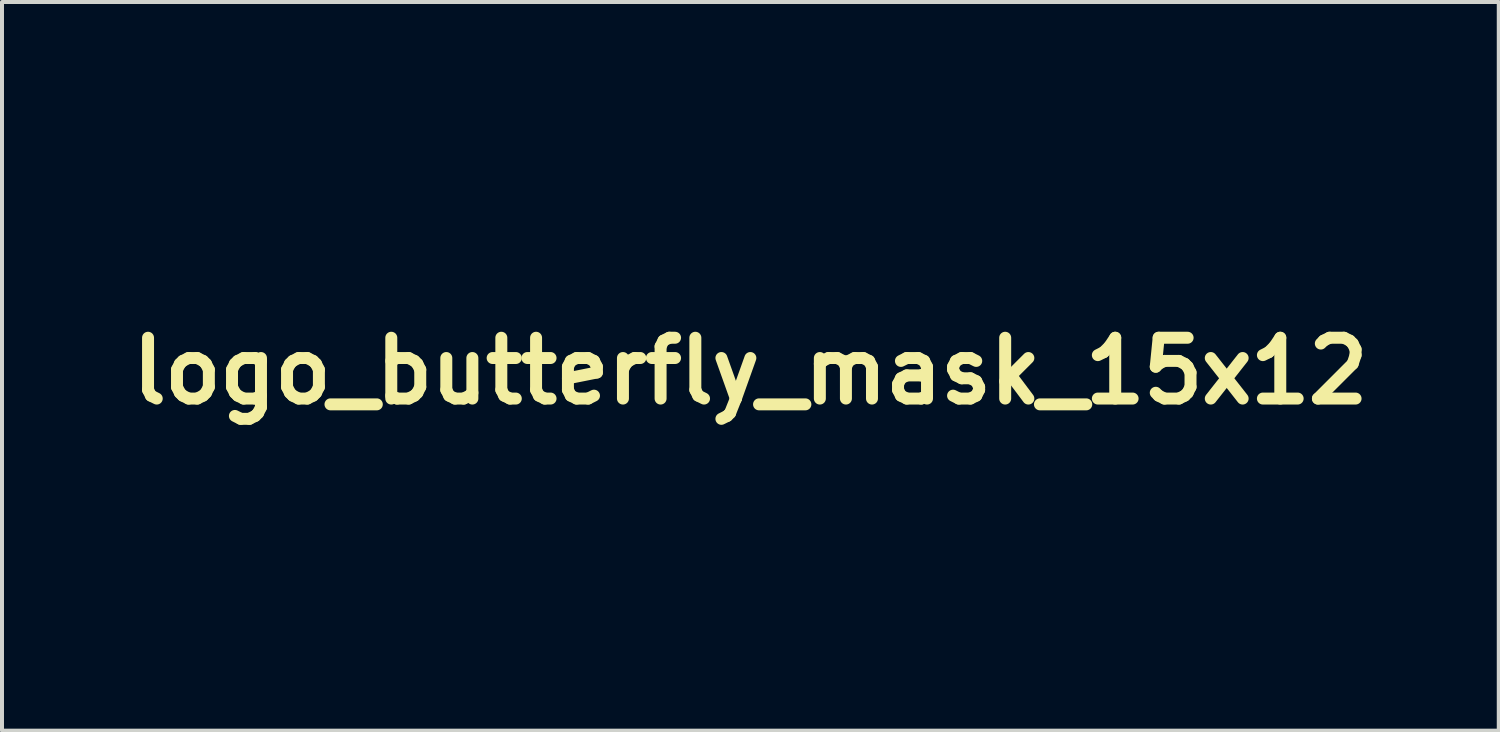
<source format=kicad_pcb>
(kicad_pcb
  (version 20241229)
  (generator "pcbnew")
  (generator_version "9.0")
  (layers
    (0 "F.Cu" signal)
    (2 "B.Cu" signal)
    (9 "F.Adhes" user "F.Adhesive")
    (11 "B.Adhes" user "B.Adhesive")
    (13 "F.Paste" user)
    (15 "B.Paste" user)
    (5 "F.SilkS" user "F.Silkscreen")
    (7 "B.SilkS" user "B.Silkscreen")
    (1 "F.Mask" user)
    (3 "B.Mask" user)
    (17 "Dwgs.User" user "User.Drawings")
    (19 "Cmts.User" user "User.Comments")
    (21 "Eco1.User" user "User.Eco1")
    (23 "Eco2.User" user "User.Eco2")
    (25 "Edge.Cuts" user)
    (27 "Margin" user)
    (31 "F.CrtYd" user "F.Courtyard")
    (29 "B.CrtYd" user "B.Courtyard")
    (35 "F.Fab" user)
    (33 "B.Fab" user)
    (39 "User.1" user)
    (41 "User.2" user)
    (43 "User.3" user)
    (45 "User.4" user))
  (footprint "logo_butterfly_mask_15x12"
    (layer "F.Cu")
    (at 15.755 6.249)
    (property "Reference" "logo_butterfly_mask_15x12" (at 0 0 0) (layer "F.SilkS") (effects (font (size 1.524 1.524) (thickness 0.3))))
    (attr through_hole)
    (fp_poly (pts (xy -2.469 0.706) (xy -2.429 0.719) (xy -2.4 0.736) (xy -2.38 0.76) (xy -2.377 0.787) (xy -2.391 0.811) (xy -2.413 0.828) (xy -2.451 0.839) (xy -2.497 0.843) (xy -2.543 0.838) (xy -2.566 0.831) (xy -2.596 0.815) (xy -2.619 0.794) (xy -2.633 0.77) (xy -2.634 0.754) (xy -2.619 0.73) (xy -2.591 0.713) (xy -2.554 0.703) (xy -2.512 0.701) (xy -2.469 0.706)) (stroke (width 0.01) (type solid)) (fill yes) (layer "F.Mask"))
    (fp_poly (pts (xy 3.472 2.614) (xy 3.496 2.627) (xy 3.509 2.649) (xy 3.511 2.662) (xy 3.503 2.69) (xy 3.481 2.717) (xy 3.45 2.74) (xy 3.413 2.759) (xy 3.374 2.772) (xy 3.337 2.776) (xy 3.306 2.771) (xy 3.29 2.759) (xy 3.276 2.734) (xy 3.28 2.705) (xy 3.299 2.676) (xy 3.329 2.648) (xy 3.365 2.627) (xy 3.403 2.615) (xy 3.44 2.61) (xy 3.472 2.614)) (stroke (width 0.01) (type solid)) (fill yes) (layer "F.Mask"))
    (fp_poly (pts (xy 3.779 -2.048) (xy 3.8 -2.033) (xy 3.806 -2.022) (xy 3.806 -1.993) (xy 3.792 -1.964) (xy 3.767 -1.937) (xy 3.734 -1.914) (xy 3.697 -1.897) (xy 3.658 -1.888) (xy 3.623 -1.889) (xy 3.594 -1.901) (xy 3.577 -1.922) (xy 3.577 -1.948) (xy 3.594 -1.98) (xy 3.607 -1.996) (xy 3.638 -2.022) (xy 3.675 -2.041) (xy 3.713 -2.052) (xy 3.749 -2.055) (xy 3.779 -2.048)) (stroke (width 0.01) (type solid)) (fill yes) (layer "F.Mask"))
    (fp_poly (pts (xy 4.901 -5.312) (xy 4.924 -5.302) (xy 4.941 -5.282) (xy 4.943 -5.258) (xy 4.932 -5.233) (xy 4.911 -5.208) (xy 4.883 -5.185) (xy 4.849 -5.167) (xy 4.812 -5.155) (xy 4.775 -5.151) (xy 4.747 -5.154) (xy 4.721 -5.168) (xy 4.711 -5.191) (xy 4.716 -5.222) (xy 4.721 -5.233) (xy 4.745 -5.265) (xy 4.78 -5.29) (xy 4.821 -5.308) (xy 4.863 -5.316) (xy 4.901 -5.312)) (stroke (width 0.01) (type solid)) (fill yes) (layer "F.Mask"))
    (fp_poly (pts (xy 5.113 -4.276) (xy 5.14 -4.266) (xy 5.157 -4.245) (xy 5.158 -4.239) (xy 5.157 -4.21) (xy 5.141 -4.182) (xy 5.114 -4.156) (xy 5.08 -4.134) (xy 5.042 -4.118) (xy 5.004 -4.11) (xy 4.969 -4.112) (xy 4.946 -4.123) (xy 4.928 -4.144) (xy 4.928 -4.17) (xy 4.945 -4.2) (xy 4.965 -4.223) (xy 5.001 -4.25) (xy 5.04 -4.268) (xy 5.078 -4.277) (xy 5.113 -4.276)) (stroke (width 0.01) (type solid)) (fill yes) (layer "F.Mask"))
    (fp_poly (pts (xy 5.74 0.414) (xy 5.764 0.428) (xy 5.777 0.452) (xy 5.779 0.464) (xy 5.77 0.494) (xy 5.748 0.522) (xy 5.715 0.546) (xy 5.676 0.565) (xy 5.635 0.576) (xy 5.596 0.577) (xy 5.573 0.572) (xy 5.552 0.555) (xy 5.546 0.532) (xy 5.553 0.504) (xy 5.574 0.473) (xy 5.592 0.456) (xy 5.631 0.43) (xy 5.671 0.415) (xy 5.708 0.409) (xy 5.74 0.414)) (stroke (width 0.01) (type solid)) (fill yes) (layer "F.Mask"))
    (fp_poly (pts (xy 5.875 2.007) (xy 5.902 2.018) (xy 5.919 2.037) (xy 5.924 2.058) (xy 5.915 2.087) (xy 5.893 2.115) (xy 5.86 2.14) (xy 5.822 2.159) (xy 5.781 2.17) (xy 5.743 2.172) (xy 5.722 2.167) (xy 5.699 2.151) (xy 5.691 2.127) (xy 5.698 2.099) (xy 5.72 2.068) (xy 5.73 2.057) (xy 5.765 2.031) (xy 5.803 2.014) (xy 5.841 2.006) (xy 5.875 2.007)) (stroke (width 0.01) (type solid)) (fill yes) (layer "F.Mask"))
    (fp_poly (pts (xy 6.156 1.167) (xy 6.181 1.181) (xy 6.192 1.203) (xy 6.189 1.228) (xy 6.172 1.256) (xy 6.143 1.283) (xy 6.113 1.301) (xy 6.076 1.315) (xy 6.037 1.323) (xy 6.003 1.324) (xy 5.977 1.318) (xy 5.971 1.314) (xy 5.96 1.291) (xy 5.962 1.262) (xy 5.977 1.233) (xy 5.989 1.218) (xy 6.035 1.183) (xy 6.082 1.165) (xy 6.118 1.161) (xy 6.156 1.167)) (stroke (width 0.01) (type solid)) (fill yes) (layer "F.Mask"))
    (fp_poly (pts (xy -3.974 0.73) (xy -3.935 0.742) (xy -3.904 0.76) (xy -3.883 0.781) (xy -3.876 0.804) (xy -3.882 0.827) (xy -3.904 0.848) (xy -3.931 0.859) (xy -3.969 0.865) (xy -4.009 0.866) (xy -4.037 0.863) (xy -4.075 0.851) (xy -4.107 0.834) (xy -4.128 0.816) (xy -4.132 0.807) (xy -4.134 0.777) (xy -4.12 0.753) (xy -4.091 0.736) (xy -4.049 0.727) (xy -4.021 0.726) (xy -3.974 0.73)) (stroke (width 0.01) (type solid)) (fill yes) (layer "F.Mask"))
    (fp_poly (pts (xy -0.66 3.757) (xy -0.621 3.768) (xy -0.588 3.784) (xy -0.563 3.805) (xy -0.551 3.831) (xy -0.551 3.849) (xy -0.564 3.867) (xy -0.59 3.882) (xy -0.626 3.892) (xy -0.667 3.896) (xy -0.71 3.892) (xy -0.715 3.891) (xy -0.757 3.878) (xy -0.787 3.859) (xy -0.804 3.836) (xy -0.808 3.811) (xy -0.796 3.788) (xy -0.778 3.774) (xy -0.742 3.759) (xy -0.702 3.754) (xy -0.66 3.757)) (stroke (width 0.01) (type solid)) (fill yes) (layer "F.Mask"))
    (fp_poly (pts (xy 0.968 3.458) (xy 1.008 3.476) (xy 1.036 3.502) (xy 1.039 3.505) (xy 1.047 3.53) (xy 1.04 3.552) (xy 1.02 3.57) (xy 0.991 3.583) (xy 0.954 3.591) (xy 0.913 3.591) (xy 0.87 3.583) (xy 0.859 3.579) (xy 0.821 3.56) (xy 0.797 3.538) (xy 0.789 3.513) (xy 0.797 3.488) (xy 0.804 3.479) (xy 0.836 3.459) (xy 0.877 3.449) (xy 0.923 3.449) (xy 0.968 3.458)) (stroke (width 0.01) (type solid)) (fill yes) (layer "F.Mask"))
    (fp_poly (pts (xy 4.105 -3.146) (xy 4.127 -3.133) (xy 4.136 -3.11) (xy 4.137 -3.103) (xy 4.128 -3.07) (xy 4.103 -3.039) (xy 4.063 -3.012) (xy 4.051 -3.006) (xy 4.004 -2.989) (xy 3.962 -2.985) (xy 3.93 -2.994) (xy 3.919 -3.003) (xy 3.905 -3.021) (xy 3.903 -3.04) (xy 3.913 -3.063) (xy 3.921 -3.076) (xy 3.951 -3.106) (xy 3.992 -3.131) (xy 4.038 -3.147) (xy 4.067 -3.15) (xy 4.105 -3.146)) (stroke (width 0.01) (type solid)) (fill yes) (layer "F.Mask"))
    (fp_poly (pts (xy 4.794 2.598) (xy 4.799 2.602) (xy 4.813 2.622) (xy 4.813 2.647) (xy 4.8 2.673) (xy 4.777 2.698) (xy 4.748 2.721) (xy 4.713 2.739) (xy 4.676 2.751) (xy 4.639 2.753) (xy 4.622 2.751) (xy 4.595 2.739) (xy 4.582 2.717) (xy 4.581 2.703) (xy 4.589 2.671) (xy 4.612 2.642) (xy 4.644 2.617) (xy 4.683 2.598) (xy 4.723 2.587) (xy 4.761 2.587) (xy 4.794 2.598)) (stroke (width 0.01) (type solid)) (fill yes) (layer "F.Mask"))
    (fp_poly (pts (xy -6.18 -1.62) (xy -6.138 -1.609) (xy -6.103 -1.591) (xy -6.081 -1.568) (xy -6.079 -1.564) (xy -6.075 -1.535) (xy -6.087 -1.51) (xy -6.104 -1.498) (xy -6.13 -1.489) (xy -6.167 -1.484) (xy -6.206 -1.484) (xy -6.241 -1.487) (xy -6.244 -1.488) (xy -6.286 -1.503) (xy -6.315 -1.524) (xy -6.33 -1.548) (xy -6.331 -1.572) (xy -6.316 -1.595) (xy -6.302 -1.606) (xy -6.267 -1.62) (xy -6.224 -1.624) (xy -6.18 -1.62)) (stroke (width 0.01) (type solid)) (fill yes) (layer "F.Mask"))
    (fp_poly (pts (xy -4.959 -1.001) (xy -4.945 -0.998) (xy -4.903 -0.983) (xy -4.874 -0.962) (xy -4.857 -0.938) (xy -4.855 -0.912) (xy -4.868 -0.887) (xy -4.872 -0.884) (xy -4.896 -0.872) (xy -4.932 -0.865) (xy -4.974 -0.863) (xy -5.015 -0.867) (xy -5.052 -0.876) (xy -5.059 -0.879) (xy -5.093 -0.9) (xy -5.111 -0.924) (xy -5.11 -0.95) (xy -5.107 -0.957) (xy -5.085 -0.981) (xy -5.05 -0.997) (xy -5.007 -1.004) (xy -4.959 -1.001)) (stroke (width 0.01) (type solid)) (fill yes) (layer "F.Mask"))
    (fp_poly (pts (xy -1.514 2.908) (xy -1.464 2.921) (xy -1.44 2.933) (xy -1.411 2.956) (xy -1.398 2.981) (xy -1.402 3.007) (xy -1.423 3.03) (xy -1.434 3.037) (xy -1.464 3.045) (xy -1.504 3.048) (xy -1.547 3.045) (xy -1.587 3.036) (xy -1.603 3.03) (xy -1.63 3.014) (xy -1.65 2.995) (xy -1.652 2.989) (xy -1.658 2.971) (xy -1.653 2.956) (xy -1.642 2.943) (xy -1.607 2.919) (xy -1.563 2.908) (xy -1.514 2.908)) (stroke (width 0.01) (type solid)) (fill yes) (layer "F.Mask"))
    (fp_poly (pts (xy 1.003 3.99) (xy 1.043 3.999) (xy 1.077 4.013) (xy 1.103 4.034) (xy 1.115 4.06) (xy 1.116 4.068) (xy 1.107 4.093) (xy 1.085 4.112) (xy 1.05 4.125) (xy 1.007 4.13) (xy 0.966 4.127) (xy 0.925 4.117) (xy 0.89 4.1) (xy 0.866 4.079) (xy 0.861 4.072) (xy 0.856 4.054) (xy 0.865 4.034) (xy 0.866 4.031) (xy 0.89 4.009) (xy 0.923 3.995) (xy 0.962 3.989) (xy 1.003 3.99)) (stroke (width 0.01) (type solid)) (fill yes) (layer "F.Mask"))
    (fp_poly (pts (xy 5.32 -3.305) (xy 5.343 -3.287) (xy 5.352 -3.258) (xy 5.352 -3.255) (xy 5.344 -3.228) (xy 5.321 -3.201) (xy 5.289 -3.177) (xy 5.251 -3.158) (xy 5.21 -3.146) (xy 5.172 -3.144) (xy 5.165 -3.145) (xy 5.143 -3.155) (xy 5.13 -3.165) (xy 5.12 -3.188) (xy 5.124 -3.214) (xy 5.141 -3.241) (xy 5.167 -3.267) (xy 5.201 -3.289) (xy 5.239 -3.304) (xy 5.28 -3.311) (xy 5.285 -3.311) (xy 5.32 -3.305)) (stroke (width 0.01) (type solid)) (fill yes) (layer "F.Mask"))
    (fp_poly (pts (xy 5.448 -2.286) (xy 5.461 -2.277) (xy 5.475 -2.259) (xy 5.477 -2.241) (xy 5.467 -2.217) (xy 5.462 -2.208) (xy 5.44 -2.184) (xy 5.408 -2.162) (xy 5.37 -2.145) (xy 5.33 -2.134) (xy 5.294 -2.131) (xy 5.266 -2.135) (xy 5.254 -2.143) (xy 5.244 -2.165) (xy 5.247 -2.193) (xy 5.261 -2.223) (xy 5.268 -2.232) (xy 5.299 -2.26) (xy 5.338 -2.281) (xy 5.378 -2.293) (xy 5.416 -2.295) (xy 5.448 -2.286)) (stroke (width 0.01) (type solid)) (fill yes) (layer "F.Mask"))
    (fp_poly (pts (xy 0.482 4.345) (xy 0.517 4.357) (xy 0.546 4.374) (xy 0.567 4.395) (xy 0.577 4.417) (xy 0.574 4.44) (xy 0.557 4.46) (xy 0.544 4.468) (xy 0.517 4.476) (xy 0.48 4.48) (xy 0.438 4.48) (xy 0.4 4.475) (xy 0.387 4.472) (xy 0.357 4.458) (xy 0.333 4.436) (xy 0.319 4.413) (xy 0.318 4.404) (xy 0.326 4.379) (xy 0.352 4.359) (xy 0.394 4.345) (xy 0.4 4.344) (xy 0.442 4.34) (xy 0.482 4.345)) (stroke (width 0.01) (type solid)) (fill yes) (layer "F.Mask"))
    (fp_poly (pts (xy 4.3 -4.079) (xy 4.324 -4.068) (xy 4.335 -4.049) (xy 4.336 -4.034) (xy 4.328 -4.002) (xy 4.305 -3.973) (xy 4.271 -3.947) (xy 4.229 -3.929) (xy 4.183 -3.919) (xy 4.169 -3.919) (xy 4.141 -3.921) (xy 4.124 -3.929) (xy 4.113 -3.941) (xy 4.105 -3.957) (xy 4.105 -3.971) (xy 4.113 -3.992) (xy 4.115 -3.996) (xy 4.138 -4.027) (xy 4.173 -4.054) (xy 4.215 -4.073) (xy 4.256 -4.082) (xy 4.262 -4.082) (xy 4.3 -4.079)) (stroke (width 0.01) (type solid)) (fill yes) (layer "F.Mask"))
    (fp_poly (pts (xy -5.622 -0.964) (xy -5.581 -0.952) (xy -5.56 -0.94) (xy -5.532 -0.916) (xy -5.522 -0.891) (xy -5.53 -0.866) (xy -5.537 -0.855) (xy -5.551 -0.842) (xy -5.567 -0.834) (xy -5.59 -0.83) (xy -5.621 -0.828) (xy -5.657 -0.828) (xy -5.689 -0.831) (xy -5.709 -0.834) (xy -5.74 -0.85) (xy -5.764 -0.871) (xy -5.777 -0.895) (xy -5.779 -0.904) (xy -5.77 -0.925) (xy -5.749 -0.946) (xy -5.72 -0.962) (xy -5.705 -0.966) (xy -5.666 -0.969) (xy -5.622 -0.964)) (stroke (width 0.01) (type solid)) (fill yes) (layer "F.Mask"))
    (fp_poly (pts (xy -3.872 -0.165) (xy -3.871 -0.164) (xy -3.827 -0.15) (xy -3.795 -0.129) (xy -3.776 -0.106) (xy -3.773 -0.08) (xy -3.787 -0.055) (xy -3.793 -0.049) (xy -3.813 -0.039) (xy -3.846 -0.032) (xy -3.885 -0.029) (xy -3.923 -0.03) (xy -3.956 -0.036) (xy -3.96 -0.037) (xy -3.997 -0.054) (xy -4.021 -0.079) (xy -4.027 -0.089) (xy -4.032 -0.104) (xy -4.028 -0.117) (xy -4.012 -0.135) (xy -4.011 -0.136) (xy -3.974 -0.161) (xy -3.927 -0.17) (xy -3.872 -0.165)) (stroke (width 0.01) (type solid)) (fill yes) (layer "F.Mask"))
    (fp_poly (pts (xy -4.71 -0.174) (xy -4.674 -0.163) (xy -4.645 -0.145) (xy -4.625 -0.123) (xy -4.619 -0.097) (xy -4.621 -0.088) (xy -4.632 -0.068) (xy -4.646 -0.056) (xy -4.671 -0.047) (xy -4.707 -0.041) (xy -4.747 -0.04) (xy -4.784 -0.043) (xy -4.8 -0.046) (xy -4.829 -0.06) (xy -4.856 -0.08) (xy -4.858 -0.082) (xy -4.874 -0.101) (xy -4.878 -0.115) (xy -4.873 -0.132) (xy -4.873 -0.132) (xy -4.854 -0.156) (xy -4.825 -0.172) (xy -4.789 -0.179) (xy -4.749 -0.18) (xy -4.71 -0.174)) (stroke (width 0.01) (type solid)) (fill yes) (layer "F.Mask"))
    (fp_poly (pts (xy -7.44 -2.482) (xy -7.4 -2.478) (xy -7.275 -2.461) (xy -7.14 -2.435) (xy -6.998 -2.403) (xy -6.855 -2.365) (xy -6.716 -2.322) (xy -6.586 -2.277) (xy -6.491 -2.239) (xy -6.399 -2.2) (xy -6.292 -2.153) (xy -6.171 -2.101) (xy -6.038 -2.042) (xy -5.895 -1.978) (xy -5.742 -1.91) (xy -5.581 -1.837) (xy -5.414 -1.761) (xy -5.241 -1.683) (xy -5.221 -1.674) (xy -5.12 -1.628) (xy -5.012 -1.579) (xy -4.902 -1.528) (xy -4.791 -1.478) (xy -4.684 -1.43) (xy -4.584 -1.384) (xy -4.493 -1.343) (xy -4.415 -1.308) (xy -4.411 -1.306) (xy -4.074 -1.154) (xy -3.758 -0.943) (xy -3.667 -0.882) (xy -3.573 -0.819) (xy -3.476 -0.753) (xy -3.373 -0.683) (xy -3.264 -0.61) (xy -3.148 -0.532) (xy -3.025 -0.448) (xy -2.893 -0.358) (xy -2.751 -0.262) (xy -2.598 -0.158) (xy -2.434 -0.046) (xy -2.257 0.075) (xy -2.067 0.205) (xy -1.982 0.263) (xy -1.795 0.391) (xy -1.617 0.512) (xy -1.448 0.628) (xy -1.288 0.736) (xy -1.139 0.838) (xy -1 0.932) (xy -0.873 1.019) (xy -0.758 1.097) (xy -0.655 1.167) (xy -0.565 1.228) (xy -0.488 1.28) (xy -0.426 1.321) (xy -0.395 1.342) (xy -0.35 1.373) (xy -0.307 1.401) (xy -0.271 1.426) (xy -0.245 1.445) (xy -0.235 1.452) (xy -0.218 1.465) (xy -0.189 1.485) (xy -0.149 1.511) (xy -0.102 1.542) (xy -0.05 1.576) (xy -0.018 1.597) (xy 0.057 1.645) (xy 0.118 1.686) (xy 0.169 1.721) (xy 0.212 1.752) (xy 0.249 1.78) (xy 0.282 1.808) (xy 0.314 1.837) (xy 0.343 1.864) (xy 0.378 1.899) (xy 0.412 1.937) (xy 0.444 1.975) (xy 0.47 2.01) (xy 0.489 2.038) (xy 0.498 2.058) (xy 0.499 2.061) (xy 0.492 2.079) (xy 0.486 2.085) (xy 0.472 2.09) (xy 0.441 2.094) (xy 0.396 2.098) (xy 0.337 2.101) (xy 0.266 2.104) (xy 0.185 2.106) (xy 0.096 2.109) (xy -0.001 2.11) (xy -0.102 2.111) (xy -0.208 2.112) (xy -0.315 2.112) (xy -0.423 2.112) (xy -0.53 2.111) (xy -0.633 2.109) (xy -0.733 2.107) (xy -0.827 2.104) (xy -0.839 2.104) (xy -0.975 2.098) (xy -1.127 2.091) (xy -1.292 2.083) (xy -1.467 2.073) (xy -1.651 2.063) (xy -1.839 2.051) (xy -2.031 2.038) (xy -2.223 2.025) (xy -2.413 2.011) (xy -2.499 2.005) (xy -2.548 2.001) (xy -2.609 1.998) (xy -2.677 1.993) (xy -2.746 1.99) (xy -2.799 1.987) (xy -2.895 1.982) (xy -2.975 1.976) (xy -3.044 1.97) (xy -3.103 1.962) (xy -3.154 1.953) (xy -3.202 1.94) (xy -3.249 1.924) (xy -3.298 1.905) (xy -3.351 1.88) (xy -3.411 1.85) (xy -3.414 1.849) (xy -3.536 1.785) (xy -3.646 1.721) (xy -3.748 1.655) (xy -3.847 1.581) (xy -3.949 1.498) (xy -4.007 1.448) (xy -4.076 1.385) (xy -4.155 1.309) (xy -4.24 1.224) (xy -4.329 1.133) (xy -4.419 1.037) (xy -4.508 0.94) (xy -4.594 0.843) (xy -4.645 0.785) (xy -4.753 0.66) (xy -4.87 0.528) (xy -4.997 0.387) (xy -5.102 0.272) (xy -5.154 0.216) (xy -5.218 0.149) (xy -5.293 0.072) (xy -5.377 -0.015) (xy -5.47 -0.109) (xy -5.57 -0.209) (xy -5.676 -0.315) (xy -5.786 -0.425) (xy -5.9 -0.539) (xy -6.016 -0.653) (xy -6.134 -0.769) (xy -6.251 -0.884) (xy -6.368 -0.997) (xy -6.481 -1.107) (xy -6.592 -1.214) (xy -6.681 -1.299) (xy -6.804 -1.416) (xy -6.914 -1.521) (xy -6.963 -1.568) (xy -6.486 -1.568) (xy -6.478 -1.534) (xy -6.454 -1.5) (xy -6.417 -1.468) (xy -6.37 -1.441) (xy -6.315 -1.419) (xy -6.286 -1.411) (xy -6.199 -1.398) (xy -6.114 -1.402) (xy -6.059 -1.412) (xy -5.997 -1.427) (xy -5.62 -1.224) (xy -5.532 -1.176) (xy -5.458 -1.137) (xy -5.398 -1.104) (xy -5.351 -1.077) (xy -5.314 -1.056) (xy -5.287 -1.04) (xy -5.268 -1.027) (xy -5.256 -1.018) (xy -5.25 -1.011) (xy -5.248 -1.005) (xy -5.248 -1.003) (xy -5.255 -0.979) (xy -5.259 -0.96) (xy -5.263 -0.947) (xy -5.272 -0.939) (xy -5.29 -0.935) (xy -5.318 -0.932) (xy -5.349 -0.929) (xy -5.369 -0.931) (xy -5.386 -0.939) (xy -5.407 -0.956) (xy -5.418 -0.966) (xy -5.469 -1.004) (xy -5.528 -1.029) (xy -5.597 -1.043) (xy -5.674 -1.048) (xy -5.741 -1.046) (xy -5.793 -1.038) (xy -5.835 -1.025) (xy -5.871 -1.004) (xy -5.893 -0.984) (xy -5.917 -0.959) (xy -5.929 -0.938) (xy -5.933 -0.917) (xy -5.933 -0.916) (xy -5.924 -0.877) (xy -5.899 -0.839) (xy -5.858 -0.806) (xy -5.804 -0.777) (xy -5.762 -0.762) (xy -5.708 -0.75) (xy -5.645 -0.744) (xy -5.581 -0.745) (xy -5.523 -0.751) (xy -5.488 -0.759) (xy -5.456 -0.773) (xy -5.424 -0.794) (xy -5.396 -0.816) (xy -5.377 -0.838) (xy -5.37 -0.855) (xy -5.366 -0.863) (xy -5.35 -0.869) (xy -5.32 -0.874) (xy -5.308 -0.875) (xy -5.275 -0.878) (xy -5.252 -0.877) (xy -5.235 -0.871) (xy -5.215 -0.858) (xy -5.203 -0.849) (xy -5.147 -0.816) (xy -5.078 -0.793) (xy -4.999 -0.779) (xy -4.96 -0.776) (xy -4.881 -0.773) (xy -4.511 -0.499) (xy -4.439 -0.445) (xy -4.371 -0.394) (xy -4.309 -0.348) (xy -4.254 -0.307) (xy -4.207 -0.273) (xy -4.171 -0.245) (xy -4.146 -0.227) (xy -4.134 -0.217) (xy -4.133 -0.217) (xy -4.133 -0.206) (xy -4.145 -0.189) (xy -4.149 -0.184) (xy -4.167 -0.161) (xy -4.178 -0.137) (xy -4.179 -0.135) (xy -4.183 -0.121) (xy -4.19 -0.114) (xy -4.204 -0.112) (xy -4.232 -0.113) (xy -4.24 -0.114) (xy -4.276 -0.116) (xy -4.321 -0.119) (xy -4.368 -0.122) (xy -4.379 -0.122) (xy -4.462 -0.127) (xy -4.506 -0.17) (xy -4.546 -0.205) (xy -4.59 -0.23) (xy -4.641 -0.247) (xy -4.702 -0.256) (xy -4.776 -0.259) (xy -4.825 -0.258) (xy -4.86 -0.256) (xy -4.887 -0.253) (xy -4.909 -0.246) (xy -4.933 -0.237) (xy -4.933 -0.237) (xy -4.98 -0.209) (xy -5.011 -0.175) (xy -5.025 -0.138) (xy -5.022 -0.1) (xy -5.002 -0.061) (xy -4.964 -0.024) (xy -4.962 -0.022) (xy -4.907 0.008) (xy -4.842 0.03) (xy -4.769 0.042) (xy -4.695 0.045) (xy -4.624 0.037) (xy -4.593 0.029) (xy -4.555 0.014) (xy -4.52 -0.005) (xy -4.492 -0.026) (xy -4.475 -0.046) (xy -4.472 -0.057) (xy -4.464 -0.061) (xy -4.439 -0.062) (xy -4.396 -0.063) (xy -4.336 -0.061) (xy -4.322 -0.06) (xy -4.267 -0.058) (xy -4.226 -0.056) (xy -4.198 -0.053) (xy -4.178 -0.05) (xy -4.163 -0.045) (xy -4.151 -0.037) (xy -4.138 -0.028) (xy -4.079 0.009) (xy -4.009 0.036) (xy -3.932 0.053) (xy -3.854 0.058) (xy -3.779 0.05) (xy -3.728 0.036) (xy -3.696 0.025) (xy -3.334 0.272) (xy -3.257 0.325) (xy -3.18 0.377) (xy -3.107 0.427) (xy -3.038 0.474) (xy -2.977 0.516) (xy -2.925 0.551) (xy -2.883 0.58) (xy -2.86 0.596) (xy -2.749 0.672) (xy -2.767 0.701) (xy -2.779 0.725) (xy -2.785 0.744) (xy -2.785 0.746) (xy -2.786 0.75) (xy -2.789 0.753) (xy -2.797 0.755) (xy -2.81 0.757) (xy -2.831 0.759) (xy -2.859 0.76) (xy -2.898 0.761) (xy -2.948 0.761) (xy -3.011 0.762) (xy -3.088 0.762) (xy -3.18 0.762) (xy -3.258 0.762) (xy -3.73 0.762) (xy -3.771 0.726) (xy -3.827 0.688) (xy -3.893 0.661) (xy -3.966 0.644) (xy -4.042 0.639) (xy -4.117 0.646) (xy -4.185 0.665) (xy -4.21 0.676) (xy -4.252 0.704) (xy -4.277 0.736) (xy -4.287 0.771) (xy -4.282 0.807) (xy -4.263 0.842) (xy -4.231 0.874) (xy -4.187 0.903) (xy -4.132 0.927) (xy -4.069 0.943) (xy -4.002 0.95) (xy -3.937 0.949) (xy -3.876 0.94) (xy -3.822 0.924) (xy -3.778 0.901) (xy -3.747 0.873) (xy -3.734 0.852) (xy -3.724 0.826) (xy -2.756 0.826) (xy -2.726 0.852) (xy -2.681 0.881) (xy -2.623 0.904) (xy -2.557 0.919) (xy -2.488 0.925) (xy -2.419 0.923) (xy -2.355 0.912) (xy -2.343 0.908) (xy -2.281 0.888) (xy -1.383 1.264) (xy -1.262 1.315) (xy -1.146 1.364) (xy -1.035 1.41) (xy -0.931 1.454) (xy -0.836 1.494) (xy -0.749 1.53) (xy -0.672 1.562) (xy -0.607 1.589) (xy -0.554 1.611) (xy -0.515 1.627) (xy -0.49 1.637) (xy -0.481 1.641) (xy -0.481 1.641) (xy -0.474 1.634) (xy -0.466 1.616) (xy -0.466 1.616) (xy -0.456 1.59) (xy -1.31 1.233) (xy -1.455 1.172) (xy -1.585 1.118) (xy -1.7 1.07) (xy -1.801 1.028) (xy -1.889 0.991) (xy -1.964 0.96) (xy -2.028 0.933) (xy -2.082 0.91) (xy -2.126 0.891) (xy -2.161 0.876) (xy -2.189 0.864) (xy -2.209 0.855) (xy -2.224 0.848) (xy -2.234 0.843) (xy -2.239 0.839) (xy -2.241 0.837) (xy -2.24 0.836) (xy -2.238 0.835) (xy -2.235 0.834) (xy -2.233 0.832) (xy -2.233 0.832) (xy -2.226 0.817) (xy -2.223 0.792) (xy -2.223 0.787) (xy -2.226 0.761) (xy -2.239 0.736) (xy -2.255 0.717) (xy -2.302 0.678) (xy -2.362 0.647) (xy -2.432 0.627) (xy -2.508 0.617) (xy -2.588 0.619) (xy -2.641 0.627) (xy -2.692 0.637) (xy -3.168 0.312) (xy -3.265 0.246) (xy -3.347 0.19) (xy -3.416 0.142) (xy -3.474 0.102) (xy -3.521 0.07) (xy -3.558 0.043) (xy -3.586 0.022) (xy -3.607 0.006) (xy -3.621 -0.006) (xy -3.63 -0.015) (xy -3.634 -0.022) (xy -3.634 -0.027) (xy -3.632 -0.031) (xy -3.632 -0.031) (xy -3.62 -0.063) (xy -3.624 -0.099) (xy -3.64 -0.136) (xy -3.668 -0.17) (xy -3.691 -0.188) (xy -3.746 -0.216) (xy -3.812 -0.237) (xy -3.883 -0.25) (xy -3.954 -0.253) (xy -4.019 -0.246) (xy -4.034 -0.242) (xy -4.059 -0.237) (xy -4.075 -0.235) (xy -4.077 -0.237) (xy -4.083 -0.243) (xy -4.103 -0.259) (xy -4.134 -0.284) (xy -4.176 -0.317) (xy -4.227 -0.356) (xy -4.286 -0.401) (xy -4.351 -0.45) (xy -4.421 -0.502) (xy -4.436 -0.513) (xy -4.507 -0.566) (xy -4.574 -0.616) (xy -4.635 -0.662) (xy -4.689 -0.702) (xy -4.734 -0.736) (xy -4.769 -0.763) (xy -4.793 -0.781) (xy -4.803 -0.789) (xy -4.804 -0.79) (xy -4.799 -0.798) (xy -4.783 -0.809) (xy -4.777 -0.812) (xy -4.737 -0.838) (xy -4.711 -0.872) (xy -4.701 -0.909) (xy -4.707 -0.948) (xy -4.719 -0.971) (xy -4.753 -1.006) (xy -4.801 -1.037) (xy -4.859 -1.061) (xy -4.923 -1.078) (xy -4.989 -1.087) (xy -5.055 -1.087) (xy -5.115 -1.078) (xy -5.147 -1.067) (xy -5.182 -1.052) (xy -5.566 -1.259) (xy -5.654 -1.306) (xy -5.727 -1.346) (xy -5.787 -1.378) (xy -5.835 -1.405) (xy -5.872 -1.426) (xy -5.9 -1.442) (xy -5.919 -1.454) (xy -5.931 -1.464) (xy -5.938 -1.471) (xy -5.94 -1.476) (xy -5.939 -1.481) (xy -5.937 -1.485) (xy -5.928 -1.507) (xy -5.924 -1.536) (xy -5.924 -1.542) (xy -5.926 -1.565) (xy -5.934 -1.585) (xy -5.952 -1.607) (xy -5.963 -1.618) (xy -6.006 -1.652) (xy -6.056 -1.677) (xy -6.113 -1.695) (xy -6.173 -1.706) (xy -6.234 -1.709) (xy -6.294 -1.705) (xy -6.35 -1.694) (xy -6.399 -1.676) (xy -6.439 -1.653) (xy -6.469 -1.623) (xy -6.484 -1.587) (xy -6.486 -1.568) (xy -6.963 -1.568) (xy -7.012 -1.616) (xy -7.1 -1.7) (xy -7.177 -1.774) (xy -7.245 -1.841) (xy -7.304 -1.899) (xy -7.356 -1.951) (xy -7.4 -1.996) (xy -7.437 -2.036) (xy -7.469 -2.071) (xy -7.496 -2.102) (xy -7.519 -2.131) (xy -7.538 -2.157) (xy -7.555 -2.182) (xy -7.569 -2.206) (xy -7.582 -2.23) (xy -7.595 -2.256) (xy -7.608 -2.283) (xy -7.612 -2.291) (xy -7.634 -2.34) (xy -7.647 -2.377) (xy -7.652 -2.403) (xy -7.647 -2.423) (xy -7.634 -2.438) (xy -7.615 -2.451) (xy -7.579 -2.469) (xy -7.54 -2.479) (xy -7.495 -2.484) (xy -7.44 -2.482)) (stroke (width 0.01) (type solid)) (fill yes) (layer "F.Mask"))
    (fp_poly (pts (xy -2.903 2.318) (xy -2.776 2.328) (xy -2.643 2.34) (xy -2.508 2.352) (xy -2.374 2.365) (xy -2.244 2.378) (xy -2.123 2.391) (xy -2.013 2.403) (xy -1.937 2.413) (xy -1.861 2.422) (xy -1.788 2.431) (xy -1.717 2.438) (xy -1.644 2.445) (xy -1.571 2.451) (xy -1.494 2.456) (xy -1.412 2.461) (xy -1.325 2.465) (xy -1.231 2.469) (xy -1.128 2.472) (xy -1.015 2.475) (xy -0.891 2.477) (xy -0.754 2.48) (xy -0.603 2.481) (xy -0.437 2.483) (xy -0.263 2.485) (xy -0.119 2.486) (xy 0.008 2.487) (xy 0.119 2.488) (xy 0.215 2.49) (xy 0.298 2.491) (xy 0.368 2.492) (xy 0.427 2.493) (xy 0.476 2.494) (xy 0.516 2.495) (xy 0.548 2.496) (xy 0.573 2.498) (xy 0.593 2.5) (xy 0.609 2.502) (xy 0.621 2.504) (xy 0.631 2.507) (xy 0.64 2.51) (xy 0.647 2.513) (xy 0.666 2.52) (xy 0.683 2.53) (xy 0.702 2.542) (xy 0.722 2.558) (xy 0.746 2.581) (xy 0.774 2.61) (xy 0.809 2.647) (xy 0.851 2.694) (xy 0.901 2.751) (xy 0.962 2.821) (xy 0.982 2.844) (xy 1.061 2.932) (xy 1.133 3.005) (xy 1.198 3.062) (xy 1.256 3.104) (xy 1.261 3.107) (xy 1.346 3.163) (xy 1.436 3.232) (xy 1.529 3.312) (xy 1.623 3.401) (xy 1.714 3.495) (xy 1.799 3.591) (xy 1.877 3.689) (xy 1.886 3.7) (xy 1.938 3.771) (xy 1.949 3.911) (xy 1.952 3.951) (xy 1.954 3.996) (xy 1.957 4.047) (xy 1.96 4.106) (xy 1.963 4.173) (xy 1.967 4.251) (xy 1.97 4.34) (xy 1.974 4.441) (xy 1.978 4.557) (xy 1.983 4.688) (xy 1.988 4.835) (xy 1.989 4.871) (xy 1.992 4.977) (xy 1.995 5.067) (xy 1.997 5.142) (xy 1.999 5.204) (xy 1.999 5.254) (xy 1.999 5.295) (xy 1.998 5.328) (xy 1.997 5.355) (xy 1.994 5.377) (xy 1.991 5.397) (xy 1.987 5.415) (xy 1.983 5.429) (xy 1.966 5.483) (xy 1.941 5.55) (xy 1.909 5.626) (xy 1.871 5.709) (xy 1.842 5.769) (xy 1.824 5.807) (xy 1.809 5.841) (xy 1.799 5.865) (xy 1.796 5.877) (xy 1.79 5.899) (xy 1.774 5.927) (xy 1.753 5.955) (xy 1.731 5.977) (xy 1.721 5.984) (xy 1.676 6) (xy 1.622 6.007) (xy 1.565 6.004) (xy 1.534 6.001) (xy 1.493 5.999) (xy 1.449 5.997) (xy 1.438 5.997) (xy 1.308 5.991) (xy 1.164 5.978) (xy 1.008 5.957) (xy 0.843 5.929) (xy 0.669 5.893) (xy 0.491 5.851) (xy 0.475 5.847) (xy 0.348 5.814) (xy 0.238 5.785) (xy 0.144 5.758) (xy 0.068 5.735) (xy 0.009 5.715) (xy -0.033 5.699) (xy -0.054 5.688) (xy -0.069 5.677) (xy -0.089 5.662) (xy -0.113 5.642) (xy -0.144 5.616) (xy -0.182 5.582) (xy -0.228 5.539) (xy -0.284 5.487) (xy -0.351 5.425) (xy -0.412 5.368) (xy -0.47 5.315) (xy -0.524 5.266) (xy -0.578 5.22) (xy -0.633 5.175) (xy -0.69 5.131) (xy -0.753 5.084) (xy -0.823 5.035) (xy -0.901 4.98) (xy -0.991 4.92) (xy -1.095 4.851) (xy -1.107 4.843) (xy -1.178 4.796) (xy -1.239 4.754) (xy -1.294 4.716) (xy -1.343 4.68) (xy -1.39 4.644) (xy -1.436 4.606) (xy -1.485 4.564) (xy -1.539 4.516) (xy -1.6 4.46) (xy -1.67 4.394) (xy -1.705 4.36) (xy -1.749 4.318) (xy -1.802 4.265) (xy -1.862 4.204) (xy -1.929 4.136) (xy -2 4.062) (xy -2.075 3.983) (xy -2.151 3.902) (xy -2.229 3.82) (xy -2.305 3.738) (xy -2.38 3.657) (xy -2.451 3.579) (xy -2.518 3.506) (xy -2.578 3.439) (xy -2.631 3.379) (xy -2.675 3.328) (xy -2.709 3.288) (xy -2.728 3.263) (xy -2.769 3.204) (xy -2.809 3.136) (xy -2.848 3.057) (xy -2.889 2.965) (xy -2.91 2.912) (xy -2.749 2.912) (xy -2.746 2.932) (xy -2.735 2.939) (xy -2.73 2.939) (xy -2.717 2.94) (xy -2.688 2.942) (xy -2.645 2.944) (xy -2.589 2.948) (xy -2.522 2.953) (xy -2.446 2.958) (xy -2.363 2.964) (xy -2.274 2.97) (xy -2.258 2.972) (xy -1.804 3.004) (xy -1.765 3.043) (xy -1.721 3.076) (xy -1.665 3.104) (xy -1.6 3.124) (xy -1.531 3.135) (xy -1.464 3.136) (xy -1.451 3.135) (xy -1.402 3.129) (xy -1.128 3.409) (xy -0.854 3.689) (xy -0.885 3.705) (xy -0.924 3.733) (xy -0.949 3.766) (xy -0.96 3.802) (xy -0.967 3.841) (xy -1.207 3.907) (xy -1.276 3.926) (xy -1.344 3.944) (xy -1.408 3.962) (xy -1.464 3.977) (xy -1.509 3.99) (xy -1.536 3.997) (xy -1.576 4.008) (xy -1.602 4.016) (xy -1.616 4.023) (xy -1.621 4.03) (xy -1.62 4.04) (xy -1.619 4.045) (xy -1.614 4.063) (xy -1.61 4.072) (xy -1.601 4.07) (xy -1.576 4.064) (xy -1.538 4.054) (xy -1.488 4.041) (xy -1.428 4.025) (xy -1.36 4.007) (xy -1.286 3.987) (xy -1.268 3.982) (xy -0.929 3.89) (xy -0.884 3.918) (xy -0.848 3.938) (xy -0.807 3.956) (xy -0.789 3.962) (xy -0.748 3.971) (xy -0.696 3.976) (xy -0.64 3.977) (xy -0.586 3.975) (xy -0.541 3.97) (xy -0.526 3.966) (xy -0.485 3.954) (xy -0.181 4.114) (xy -0.111 4.151) (xy -0.045 4.187) (xy 0.015 4.219) (xy 0.068 4.247) (xy 0.111 4.27) (xy 0.143 4.287) (xy 0.16 4.296) (xy 0.16 4.296) (xy 0.198 4.318) (xy 0.179 4.352) (xy 0.166 4.386) (xy 0.167 4.412) (xy 0.181 4.441) (xy 0.206 4.472) (xy 0.238 4.501) (xy 0.271 4.522) (xy 0.272 4.522) (xy 0.294 4.534) (xy 0.307 4.543) (xy 0.308 4.546) (xy 0.304 4.556) (xy 0.293 4.58) (xy 0.275 4.617) (xy 0.252 4.665) (xy 0.223 4.723) (xy 0.19 4.79) (xy 0.154 4.863) (xy 0.115 4.941) (xy 0.113 4.945) (xy 0.074 5.023) (xy 0.038 5.096) (xy 0.005 5.162) (xy -0.024 5.22) (xy -0.047 5.268) (xy -0.065 5.305) (xy -0.076 5.329) (xy -0.08 5.338) (xy -0.08 5.338) (xy -0.068 5.346) (xy -0.051 5.355) (xy -0.038 5.36) (xy -0.036 5.361) (xy -0.031 5.353) (xy -0.019 5.331) (xy -0.001 5.295) (xy 0.024 5.248) (xy 0.053 5.19) (xy 0.086 5.124) (xy 0.123 5.052) (xy 0.162 4.973) (xy 0.168 4.961) (xy 0.367 4.561) (xy 0.431 4.567) (xy 0.498 4.568) (xy 0.56 4.56) (xy 0.616 4.545) (xy 0.663 4.524) (xy 0.698 4.497) (xy 0.722 4.466) (xy 0.73 4.431) (xy 0.726 4.405) (xy 0.713 4.38) (xy 0.691 4.353) (xy 0.676 4.338) (xy 0.637 4.304) (xy 0.728 4.239) (xy 0.819 4.175) (xy 0.87 4.193) (xy 0.905 4.202) (xy 0.951 4.209) (xy 1.001 4.213) (xy 1.051 4.214) (xy 1.093 4.212) (xy 1.116 4.208) (xy 1.121 4.207) (xy 1.128 4.209) (xy 1.137 4.215) (xy 1.149 4.225) (xy 1.164 4.241) (xy 1.185 4.264) (xy 1.211 4.294) (xy 1.245 4.334) (xy 1.286 4.383) (xy 1.336 4.444) (xy 1.395 4.517) (xy 1.451 4.585) (xy 1.519 4.668) (xy 1.576 4.738) (xy 1.624 4.797) (xy 1.663 4.844) (xy 1.695 4.881) (xy 1.719 4.91) (xy 1.739 4.931) (xy 1.753 4.945) (xy 1.763 4.954) (xy 1.771 4.958) (xy 1.777 4.959) (xy 1.782 4.957) (xy 1.785 4.955) (xy 1.8 4.943) (xy 1.805 4.936) (xy 1.8 4.928) (xy 1.784 4.907) (xy 1.759 4.875) (xy 1.726 4.834) (xy 1.686 4.785) (xy 1.641 4.729) (xy 1.592 4.669) (xy 1.568 4.64) (xy 1.514 4.573) (xy 1.46 4.508) (xy 1.41 4.446) (xy 1.364 4.389) (xy 1.323 4.34) (xy 1.291 4.3) (xy 1.268 4.272) (xy 1.264 4.267) (xy 1.197 4.184) (xy 1.234 4.148) (xy 1.257 4.121) (xy 1.268 4.097) (xy 1.27 4.083) (xy 1.261 4.039) (xy 1.235 3.999) (xy 1.205 3.973) (xy 1.174 3.955) (xy 1.135 3.938) (xy 1.092 3.923) (xy 1.054 3.913) (xy 1.029 3.91) (xy 1.02 3.908) (xy 1.012 3.903) (xy 1.007 3.89) (xy 1.002 3.868) (xy 0.999 3.835) (xy 0.995 3.786) (xy 0.993 3.759) (xy 0.987 3.676) (xy 1.027 3.67) (xy 1.058 3.663) (xy 1.095 3.65) (xy 1.114 3.642) (xy 1.161 3.62) (xy 1.431 3.752) (xy 1.505 3.788) (xy 1.564 3.816) (xy 1.61 3.838) (xy 1.645 3.854) (xy 1.671 3.865) (xy 1.689 3.871) (xy 1.7 3.873) (xy 1.707 3.872) (xy 1.712 3.868) (xy 1.712 3.868) (xy 1.722 3.85) (xy 1.724 3.841) (xy 1.716 3.835) (xy 1.693 3.822) (xy 1.659 3.803) (xy 1.613 3.779) (xy 1.559 3.752) (xy 1.499 3.721) (xy 1.461 3.703) (xy 1.197 3.574) (xy 1.197 3.54) (xy 1.189 3.497) (xy 1.163 3.458) (xy 1.12 3.425) (xy 1.098 3.412) (xy 1.034 3.386) (xy 0.969 3.371) (xy 0.895 3.366) (xy 0.857 3.367) (xy 0.811 3.37) (xy 0.777 3.376) (xy 0.747 3.385) (xy 0.722 3.396) (xy 0.677 3.425) (xy 0.648 3.458) (xy 0.636 3.494) (xy 0.642 3.532) (xy 0.652 3.553) (xy 0.686 3.591) (xy 0.734 3.625) (xy 0.795 3.651) (xy 0.864 3.669) (xy 0.882 3.672) (xy 0.93 3.679) (xy 0.936 3.738) (xy 0.939 3.779) (xy 0.942 3.823) (xy 0.942 3.848) (xy 0.943 3.9) (xy 0.9 3.906) (xy 0.835 3.92) (xy 0.782 3.942) (xy 0.743 3.97) (xy 0.718 4.003) (xy 0.709 4.039) (xy 0.716 4.077) (xy 0.739 4.117) (xy 0.746 4.124) (xy 0.763 4.144) (xy 0.683 4.2) (xy 0.649 4.225) (xy 0.621 4.247) (xy 0.6 4.263) (xy 0.593 4.27) (xy 0.585 4.276) (xy 0.571 4.277) (xy 0.547 4.273) (xy 0.525 4.268) (xy 0.438 4.256) (xy 0.354 4.26) (xy 0.313 4.269) (xy 0.257 4.283) (xy -0.083 4.104) (xy -0.155 4.066) (xy -0.222 4.03) (xy -0.282 3.998) (xy -0.334 3.971) (xy -0.376 3.949) (xy -0.406 3.933) (xy -0.422 3.924) (xy -0.425 3.923) (xy -0.423 3.914) (xy -0.415 3.896) (xy -0.413 3.893) (xy -0.401 3.852) (xy -0.405 3.813) (xy -0.424 3.776) (xy -0.457 3.743) (xy -0.502 3.715) (xy -0.557 3.692) (xy -0.622 3.677) (xy -0.694 3.67) (xy -0.71 3.67) (xy -0.79 3.67) (xy -1.062 3.396) (xy -1.119 3.338) (xy -1.173 3.284) (xy -1.221 3.234) (xy -1.262 3.192) (xy -1.295 3.157) (xy -1.318 3.132) (xy -1.331 3.118) (xy -1.333 3.115) (xy -1.326 3.105) (xy -1.308 3.09) (xy -1.294 3.079) (xy -1.261 3.047) (xy -1.245 3.013) (xy -1.246 2.977) (xy -1.262 2.941) (xy -1.293 2.907) (xy -1.338 2.876) (xy -1.397 2.85) (xy -1.404 2.847) (xy -1.44 2.836) (xy -1.475 2.83) (xy -1.517 2.827) (xy -1.56 2.826) (xy -1.605 2.826) (xy -1.636 2.828) (xy -1.661 2.832) (xy -1.684 2.84) (xy -1.712 2.853) (xy -1.718 2.856) (xy -1.754 2.876) (xy -1.778 2.894) (xy -1.792 2.914) (xy -1.794 2.917) (xy -1.803 2.935) (xy -1.814 2.944) (xy -1.831 2.945) (xy -1.854 2.943) (xy -1.879 2.941) (xy -1.918 2.938) (xy -1.97 2.934) (xy -2.031 2.93) (xy -2.101 2.925) (xy -2.175 2.919) (xy -2.253 2.914) (xy -2.332 2.908) (xy -2.409 2.903) (xy -2.482 2.898) (xy -2.549 2.894) (xy -2.607 2.89) (xy -2.654 2.887) (xy -2.689 2.886) (xy -2.708 2.885) (xy -2.709 2.885) (xy -2.734 2.886) (xy -2.745 2.89) (xy -2.748 2.903) (xy -2.749 2.912) (xy -2.91 2.912) (xy -2.931 2.859) (xy -2.971 2.749) (xy -2.988 2.702) (xy -3.005 2.659) (xy -3.02 2.623) (xy -3.031 2.599) (xy -3.033 2.595) (xy -3.047 2.563) (xy -3.052 2.522) (xy -3.052 2.508) (xy -3.051 2.479) (xy -3.047 2.455) (xy -3.037 2.429) (xy -3.019 2.397) (xy -3.012 2.383) (xy -2.971 2.313) (xy -2.903 2.318)) (stroke (width 0.01) (type solid)) (fill yes) (layer "F.Mask"))
    (fp_poly (pts (xy 4.884 -6.244) (xy 4.885 -6.244) (xy 4.923 -6.241) (xy 4.972 -6.232) (xy 5.029 -6.221) (xy 5.088 -6.207) (xy 5.145 -6.192) (xy 5.195 -6.177) (xy 5.232 -6.162) (xy 5.239 -6.16) (xy 5.283 -6.13) (xy 5.33 -6.085) (xy 5.378 -6.025) (xy 5.426 -5.952) (xy 5.456 -5.9) (xy 5.482 -5.852) (xy 5.508 -5.804) (xy 5.532 -5.761) (xy 5.552 -5.728) (xy 5.554 -5.724) (xy 5.571 -5.696) (xy 5.582 -5.671) (xy 5.59 -5.645) (xy 5.596 -5.612) (xy 5.602 -5.567) (xy 5.602 -5.565) (xy 5.607 -5.519) (xy 5.611 -5.461) (xy 5.615 -5.398) (xy 5.618 -5.336) (xy 5.619 -5.32) (xy 5.626 -5.145) (xy 5.634 -4.985) (xy 5.643 -4.84) (xy 5.652 -4.707) (xy 5.663 -4.583) (xy 5.675 -4.468) (xy 5.689 -4.359) (xy 5.704 -4.253) (xy 5.722 -4.15) (xy 5.743 -4.046) (xy 5.766 -3.94) (xy 5.792 -3.83) (xy 5.802 -3.787) (xy 5.824 -3.703) (xy 5.852 -3.603) (xy 5.886 -3.49) (xy 5.924 -3.366) (xy 5.966 -3.232) (xy 6.011 -3.091) (xy 6.06 -2.944) (xy 6.111 -2.793) (xy 6.163 -2.64) (xy 6.195 -2.55) (xy 6.238 -2.423) (xy 6.273 -2.31) (xy 6.302 -2.207) (xy 6.323 -2.113) (xy 6.338 -2.025) (xy 6.348 -1.939) (xy 6.352 -1.854) (xy 6.353 -1.81) (xy 6.347 -1.683) (xy 6.329 -1.569) (xy 6.299 -1.464) (xy 6.254 -1.367) (xy 6.195 -1.275) (xy 6.12 -1.185) (xy 6.083 -1.147) (xy 6.037 -1.104) (xy 5.991 -1.065) (xy 5.941 -1.028) (xy 5.885 -0.991) (xy 5.82 -0.951) (xy 5.742 -0.909) (xy 5.677 -0.874) (xy 5.448 -0.752) (xy 5.217 -0.624) (xy 4.983 -0.489) (xy 4.744 -0.346) (xy 4.5 -0.195) (xy 4.249 -0.035) (xy 3.989 0.136) (xy 3.719 0.318) (xy 3.479 0.484) (xy 3.424 0.522) (xy 3.36 0.567) (xy 3.289 0.617) (xy 3.212 0.671) (xy 3.131 0.729) (xy 3.047 0.789) (xy 2.962 0.85) (xy 2.876 0.911) (xy 2.792 0.971) (xy 2.711 1.029) (xy 2.635 1.084) (xy 2.564 1.135) (xy 2.501 1.181) (xy 2.447 1.221) (xy 2.402 1.253) (xy 2.37 1.278) (xy 2.351 1.292) (xy 2.35 1.293) (xy 2.264 1.355) (xy 2.164 1.414) (xy 2.05 1.469) (xy 1.924 1.52) (xy 1.872 1.538) (xy 1.839 1.549) (xy 1.796 1.562) (xy 1.747 1.576) (xy 1.695 1.591) (xy 1.644 1.606) (xy 1.596 1.619) (xy 1.555 1.63) (xy 1.525 1.638) (xy 1.507 1.642) (xy 1.505 1.642) (xy 1.502 1.634) (xy 1.503 1.622) (xy 1.505 1.608) (xy 1.509 1.579) (xy 1.516 1.536) (xy 1.524 1.482) (xy 1.533 1.419) (xy 1.543 1.349) (xy 1.552 1.293) (xy 1.563 1.214) (xy 1.577 1.123) (xy 1.593 1.02) (xy 1.61 0.907) (xy 1.624 0.815) (xy 2.077 0.815) (xy 2.085 0.824) (xy 2.1 0.833) (xy 2.116 0.838) (xy 2.123 0.837) (xy 2.127 0.829) (xy 2.14 0.805) (xy 2.16 0.768) (xy 2.187 0.716) (xy 2.221 0.652) (xy 2.261 0.576) (xy 2.307 0.489) (xy 2.357 0.391) (xy 2.413 0.285) (xy 2.474 0.17) (xy 2.538 0.047) (xy 2.605 -0.082) (xy 2.676 -0.218) (xy 2.749 -0.358) (xy 2.813 -0.479) (xy 3.498 -1.792) (xy 3.575 -1.792) (xy 3.66 -1.8) (xy 3.741 -1.825) (xy 3.814 -1.864) (xy 3.877 -1.917) (xy 3.907 -1.951) (xy 3.944 -2.001) (xy 4.483 -2.058) (xy 4.581 -2.068) (xy 4.675 -2.078) (xy 4.762 -2.088) (xy 4.842 -2.096) (xy 4.912 -2.104) (xy 4.971 -2.11) (xy 5.017 -2.115) (xy 5.048 -2.118) (xy 5.062 -2.12) (xy 5.087 -2.122) (xy 5.101 -2.118) (xy 5.109 -2.106) (xy 5.113 -2.096) (xy 5.13 -2.071) (xy 5.161 -2.051) (xy 5.163 -2.05) (xy 5.217 -2.035) (xy 5.278 -2.034) (xy 5.342 -2.045) (xy 5.406 -2.067) (xy 5.467 -2.098) (xy 5.521 -2.137) (xy 5.566 -2.183) (xy 5.597 -2.234) (xy 5.608 -2.26) (xy 5.612 -2.301) (xy 5.6 -2.336) (xy 5.574 -2.365) (xy 5.535 -2.385) (xy 5.487 -2.394) (xy 5.47 -2.395) (xy 5.393 -2.387) (xy 5.318 -2.364) (xy 5.248 -2.329) (xy 5.187 -2.284) (xy 5.138 -2.23) (xy 5.134 -2.223) (xy 5.106 -2.182) (xy 4.542 -2.121) (xy 4.443 -2.11) (xy 4.348 -2.1) (xy 4.26 -2.091) (xy 4.181 -2.082) (xy 4.111 -2.075) (xy 4.053 -2.069) (xy 4.008 -2.064) (xy 3.978 -2.061) (xy 3.964 -2.06) (xy 3.963 -2.06) (xy 3.95 -2.067) (xy 3.938 -2.085) (xy 3.937 -2.086) (xy 3.919 -2.114) (xy 3.89 -2.134) (xy 3.846 -2.148) (xy 3.83 -2.151) (xy 3.777 -2.16) (xy 3.848 -2.502) (xy 3.864 -2.579) (xy 3.878 -2.651) (xy 3.892 -2.716) (xy 3.903 -2.771) (xy 3.913 -2.816) (xy 3.919 -2.847) (xy 3.923 -2.862) (xy 3.923 -2.863) (xy 3.93 -2.875) (xy 3.946 -2.884) (xy 3.975 -2.892) (xy 3.982 -2.893) (xy 4.061 -2.917) (xy 4.136 -2.957) (xy 4.201 -3.01) (xy 4.216 -3.024) (xy 4.268 -3.081) (xy 4.599 -3.119) (xy 4.676 -3.128) (xy 4.747 -3.137) (xy 4.812 -3.144) (xy 4.867 -3.151) (xy 4.91 -3.156) (xy 4.94 -3.16) (xy 4.954 -3.162) (xy 4.971 -3.163) (xy 4.979 -3.155) (xy 4.984 -3.135) (xy 4.999 -3.099) (xy 5.027 -3.073) (xy 5.066 -3.056) (xy 5.114 -3.048) (xy 5.168 -3.05) (xy 5.225 -3.061) (xy 5.285 -3.081) (xy 5.343 -3.111) (xy 5.379 -3.135) (xy 5.431 -3.18) (xy 5.467 -3.228) (xy 5.486 -3.276) (xy 5.488 -3.302) (xy 5.481 -3.342) (xy 5.46 -3.373) (xy 5.428 -3.395) (xy 5.387 -3.407) (xy 5.339 -3.411) (xy 5.286 -3.405) (xy 5.23 -3.391) (xy 5.173 -3.368) (xy 5.118 -3.336) (xy 5.066 -3.296) (xy 5.048 -3.279) (xy 4.994 -3.223) (xy 4.667 -3.185) (xy 4.591 -3.176) (xy 4.519 -3.168) (xy 4.453 -3.16) (xy 4.397 -3.153) (xy 4.352 -3.147) (xy 4.321 -3.144) (xy 4.307 -3.142) (xy 4.284 -3.139) (xy 4.275 -3.143) (xy 4.273 -3.156) (xy 4.273 -3.158) (xy 4.264 -3.19) (xy 4.241 -3.218) (xy 4.213 -3.235) (xy 4.182 -3.243) (xy 4.141 -3.247) (xy 4.097 -3.247) (xy 4.056 -3.243) (xy 4.039 -3.239) (xy 4.019 -3.234) (xy 4.012 -3.238) (xy 4.013 -3.254) (xy 4.014 -3.259) (xy 4.016 -3.276) (xy 4.021 -3.308) (xy 4.027 -3.352) (xy 4.034 -3.407) (xy 4.042 -3.468) (xy 4.051 -3.533) (xy 4.059 -3.599) (xy 4.067 -3.659) (xy 4.074 -3.712) (xy 4.08 -3.754) (xy 4.084 -3.783) (xy 4.087 -3.797) (xy 4.087 -3.797) (xy 4.092 -3.808) (xy 4.103 -3.815) (xy 4.126 -3.819) (xy 4.149 -3.822) (xy 4.223 -3.837) (xy 4.296 -3.866) (xy 4.364 -3.906) (xy 4.37 -3.911) (xy 4.402 -3.939) (xy 4.432 -3.971) (xy 4.455 -4.004) (xy 4.469 -4.033) (xy 4.472 -4.048) (xy 4.474 -4.058) (xy 4.483 -4.066) (xy 4.499 -4.074) (xy 4.526 -4.081) (xy 4.567 -4.089) (xy 4.622 -4.099) (xy 4.631 -4.1) (xy 4.677 -4.108) (xy 4.718 -4.115) (xy 4.75 -4.12) (xy 4.768 -4.124) (xy 4.769 -4.124) (xy 4.784 -4.125) (xy 4.789 -4.115) (xy 4.79 -4.105) (xy 4.798 -4.076) (xy 4.821 -4.05) (xy 4.855 -4.029) (xy 4.897 -4.014) (xy 4.94 -4.01) (xy 4.976 -4.013) (xy 5.022 -4.024) (xy 5.07 -4.039) (xy 5.114 -4.057) (xy 5.122 -4.061) (xy 5.177 -4.094) (xy 5.224 -4.132) (xy 5.26 -4.174) (xy 5.284 -4.217) (xy 5.296 -4.258) (xy 5.295 -4.296) (xy 5.278 -4.329) (xy 5.272 -4.336) (xy 5.235 -4.36) (xy 5.187 -4.373) (xy 5.13 -4.375) (xy 5.068 -4.365) (xy 5.002 -4.344) (xy 4.975 -4.332) (xy 4.933 -4.308) (xy 4.891 -4.279) (xy 4.855 -4.248) (xy 4.828 -4.218) (xy 4.819 -4.206) (xy 4.813 -4.199) (xy 4.801 -4.193) (xy 4.78 -4.186) (xy 4.747 -4.179) (xy 4.702 -4.171) (xy 4.641 -4.16) (xy 4.637 -4.159) (xy 4.576 -4.149) (xy 4.531 -4.142) (xy 4.498 -4.138) (xy 4.477 -4.137) (xy 4.463 -4.138) (xy 4.455 -4.141) (xy 4.452 -4.144) (xy 4.425 -4.163) (xy 4.385 -4.176) (xy 4.335 -4.182) (xy 4.326 -4.182) (xy 4.296 -4.183) (xy 4.279 -4.185) (xy 4.274 -4.191) (xy 4.275 -4.198) (xy 4.279 -4.208) (xy 4.289 -4.234) (xy 4.303 -4.272) (xy 4.323 -4.322) (xy 4.345 -4.381) (xy 4.371 -4.447) (xy 4.399 -4.519) (xy 4.428 -4.594) (xy 4.458 -4.671) (xy 4.488 -4.747) (xy 4.517 -4.821) (xy 4.545 -4.891) (xy 4.57 -4.955) (xy 4.592 -5.01) (xy 4.596 -5.023) (xy 4.608 -5.029) (xy 4.636 -5.029) (xy 4.649 -5.028) (xy 4.71 -5.029) (xy 4.777 -5.043) (xy 4.845 -5.068) (xy 4.911 -5.102) (xy 4.971 -5.143) (xy 5.021 -5.188) (xy 5.058 -5.237) (xy 5.063 -5.245) (xy 5.078 -5.29) (xy 5.077 -5.331) (xy 5.06 -5.366) (xy 5.029 -5.393) (xy 4.987 -5.41) (xy 4.937 -5.416) (xy 4.875 -5.409) (xy 4.807 -5.391) (xy 4.739 -5.363) (xy 4.675 -5.328) (xy 4.618 -5.287) (xy 4.572 -5.244) (xy 4.553 -5.218) (xy 4.534 -5.181) (xy 4.527 -5.145) (xy 4.527 -5.133) (xy 4.528 -5.107) (xy 4.533 -5.088) (xy 4.536 -5.085) (xy 4.544 -5.072) (xy 4.545 -5.063) (xy 4.542 -5.053) (xy 4.534 -5.029) (xy 4.521 -4.993) (xy 4.502 -4.942) (xy 4.477 -4.877) (xy 4.447 -4.797) (xy 4.41 -4.703) (xy 4.367 -4.593) (xy 4.318 -4.467) (xy 4.262 -4.324) (xy 4.244 -4.279) (xy 4.226 -4.233) (xy 4.212 -4.2) (xy 4.201 -4.178) (xy 4.19 -4.164) (xy 4.178 -4.154) (xy 4.162 -4.145) (xy 4.156 -4.142) (xy 4.094 -4.105) (xy 4.043 -4.063) (xy 4.004 -4.019) (xy 3.979 -3.975) (xy 3.969 -3.932) (xy 3.976 -3.891) (xy 3.977 -3.888) (xy 3.991 -3.864) (xy 4.007 -3.848) (xy 4.009 -3.847) (xy 4.025 -3.829) (xy 4.028 -3.812) (xy 4.026 -3.797) (xy 4.023 -3.766) (xy 4.018 -3.723) (xy 4.011 -3.669) (xy 4.003 -3.607) (xy 3.994 -3.539) (xy 3.991 -3.52) (xy 3.982 -3.452) (xy 3.974 -3.389) (xy 3.967 -3.335) (xy 3.961 -3.291) (xy 3.957 -3.259) (xy 3.955 -3.243) (xy 3.955 -3.241) (xy 3.963 -3.232) (xy 3.976 -3.229) (xy 3.981 -3.226) (xy 3.969 -3.216) (xy 3.942 -3.2) (xy 3.934 -3.196) (xy 3.889 -3.167) (xy 3.846 -3.132) (xy 3.829 -3.116) (xy 3.794 -3.069) (xy 3.773 -3.024) (xy 3.768 -2.983) (xy 3.778 -2.947) (xy 3.803 -2.919) (xy 3.828 -2.904) (xy 3.85 -2.892) (xy 3.863 -2.88) (xy 3.864 -2.877) (xy 3.863 -2.863) (xy 3.858 -2.835) (xy 3.85 -2.795) (xy 3.84 -2.744) (xy 3.828 -2.684) (xy 3.814 -2.619) (xy 3.8 -2.551) (xy 3.785 -2.481) (xy 3.771 -2.412) (xy 3.757 -2.347) (xy 3.744 -2.287) (xy 3.733 -2.235) (xy 3.723 -2.193) (xy 3.716 -2.164) (xy 3.713 -2.15) (xy 3.712 -2.149) (xy 3.701 -2.143) (xy 3.678 -2.133) (xy 3.653 -2.123) (xy 3.6 -2.097) (xy 3.549 -2.063) (xy 3.504 -2.026) (xy 3.471 -1.988) (xy 3.452 -1.952) (xy 3.441 -1.913) (xy 3.44 -1.876) (xy 3.446 -1.853) (xy 3.447 -1.849) (xy 3.445 -1.841) (xy 3.441 -1.83) (xy 3.435 -1.814) (xy 3.425 -1.792) (xy 3.413 -1.765) (xy 3.396 -1.73) (xy 3.375 -1.688) (xy 3.35 -1.638) (xy 3.32 -1.578) (xy 3.285 -1.509) (xy 3.244 -1.43) (xy 3.197 -1.34) (xy 3.144 -1.237) (xy 3.085 -1.123) (xy 3.018 -0.995) (xy 2.944 -0.853) (xy 2.862 -0.697) (xy 2.773 -0.525) (xy 2.767 -0.513) (xy 2.691 -0.369) (xy 2.618 -0.229) (xy 2.548 -0.094) (xy 2.481 0.035) (xy 2.417 0.158) (xy 2.358 0.272) (xy 2.303 0.378) (xy 2.252 0.474) (xy 2.208 0.56) (xy 2.169 0.636) (xy 2.136 0.699) (xy 2.11 0.749) (xy 2.092 0.786) (xy 2.081 0.808) (xy 2.077 0.815) (xy 1.624 0.815) (xy 1.629 0.785) (xy 1.649 0.655) (xy 1.67 0.519) (xy 1.692 0.377) (xy 1.715 0.232) (xy 1.738 0.083) (xy 1.762 -0.067) (xy 1.786 -0.218) (xy 1.809 -0.368) (xy 1.833 -0.515) (xy 1.856 -0.66) (xy 1.878 -0.8) (xy 1.899 -0.935) (xy 1.92 -1.062) (xy 1.939 -1.181) (xy 1.957 -1.291) (xy 1.973 -1.391) (xy 1.988 -1.479) (xy 2 -1.553) (xy 2.01 -1.614) (xy 2.018 -1.659) (xy 2.023 -1.687) (xy 2.023 -1.687) (xy 2.042 -1.769) (xy 2.065 -1.854) (xy 2.095 -1.942) (xy 2.13 -2.038) (xy 2.174 -2.142) (xy 2.225 -2.258) (xy 2.266 -2.345) (xy 2.292 -2.402) (xy 2.317 -2.456) (xy 2.341 -2.509) (xy 2.364 -2.561) (xy 2.388 -2.616) (xy 2.412 -2.674) (xy 2.438 -2.737) (xy 2.465 -2.807) (xy 2.496 -2.884) (xy 2.529 -2.972) (xy 2.567 -3.07) (xy 2.609 -3.181) (xy 2.656 -3.307) (xy 2.694 -3.406) (xy 2.727 -3.494) (xy 2.761 -3.584) (xy 2.795 -3.672) (xy 2.828 -3.756) (xy 2.858 -3.832) (xy 2.884 -3.899) (xy 2.906 -3.953) (xy 2.914 -3.973) (xy 2.939 -4.031) (xy 2.96 -4.08) (xy 2.98 -4.121) (xy 3.001 -4.161) (xy 3.025 -4.202) (xy 3.054 -4.248) (xy 3.09 -4.303) (xy 3.113 -4.338) (xy 3.168 -4.42) (xy 3.228 -4.508) (xy 3.292 -4.602) (xy 3.36 -4.7) (xy 3.43 -4.801) (xy 3.503 -4.904) (xy 3.576 -5.007) (xy 3.65 -5.11) (xy 3.722 -5.212) (xy 3.793 -5.31) (xy 3.862 -5.405) (xy 3.927 -5.494) (xy 3.989 -5.577) (xy 4.045 -5.652) (xy 4.095 -5.719) (xy 4.139 -5.775) (xy 4.175 -5.821) (xy 4.202 -5.854) (xy 4.221 -5.873) (xy 4.223 -5.875) (xy 4.291 -5.929) (xy 4.371 -5.986) (xy 4.459 -6.044) (xy 4.551 -6.101) (xy 4.641 -6.153) (xy 4.713 -6.191) (xy 4.757 -6.213) (xy 4.79 -6.228) (xy 4.815 -6.238) (xy 4.836 -6.243) (xy 4.857 -6.244) (xy 4.884 -6.244)) (stroke (width 0.01) (type solid)) (fill yes) (layer "F.Mask"))
    (fp_poly (pts (xy 6.532 -0.916) (xy 6.544 -0.911) (xy 6.604 -0.882) (xy 6.672 -0.84) (xy 6.745 -0.788) (xy 6.822 -0.728) (xy 6.9 -0.663) (xy 6.976 -0.593) (xy 7.048 -0.522) (xy 7.113 -0.452) (xy 7.145 -0.413) (xy 7.207 -0.331) (xy 7.269 -0.241) (xy 7.329 -0.145) (xy 7.386 -0.047) (xy 7.436 0.05) (xy 7.478 0.141) (xy 7.51 0.223) (xy 7.514 0.233) (xy 7.528 0.284) (xy 7.544 0.348) (xy 7.561 0.422) (xy 7.576 0.501) (xy 7.59 0.582) (xy 7.602 0.659) (xy 7.606 0.687) (xy 7.626 0.903) (xy 7.634 1.13) (xy 7.63 1.365) (xy 7.613 1.605) (xy 7.585 1.847) (xy 7.545 2.09) (xy 7.523 2.195) (xy 7.514 2.242) (xy 7.501 2.303) (xy 7.486 2.375) (xy 7.47 2.453) (xy 7.453 2.535) (xy 7.437 2.616) (xy 7.43 2.649) (xy 7.415 2.723) (xy 7.4 2.795) (xy 7.386 2.86) (xy 7.374 2.917) (xy 7.364 2.964) (xy 7.356 2.996) (xy 7.353 3.009) (xy 7.33 3.089) (xy 7.3 3.173) (xy 7.268 3.255) (xy 7.235 3.328) (xy 7.229 3.338) (xy 7.217 3.362) (xy 7.205 3.383) (xy 7.193 3.403) (xy 7.18 3.425) (xy 7.163 3.449) (xy 7.141 3.477) (xy 7.115 3.511) (xy 7.081 3.553) (xy 7.039 3.605) (xy 6.988 3.667) (xy 6.949 3.715) (xy 6.904 3.769) (xy 6.859 3.825) (xy 6.816 3.878) (xy 6.778 3.926) (xy 6.748 3.965) (xy 6.738 3.978) (xy 6.67 4.069) (xy 6.562 4.103) (xy 6.51 4.118) (xy 6.448 4.136) (xy 6.384 4.153) (xy 6.327 4.168) (xy 6.238 4.191) (xy 6.161 4.212) (xy 6.091 4.231) (xy 6.024 4.25) (xy 5.956 4.271) (xy 5.881 4.295) (xy 5.795 4.323) (xy 5.756 4.336) (xy 5.69 4.357) (xy 5.627 4.377) (xy 5.57 4.395) (xy 5.521 4.409) (xy 5.484 4.42) (xy 5.462 4.425) (xy 5.461 4.426) (xy 5.41 4.434) (xy 5.363 4.439) (xy 5.326 4.441) (xy 5.302 4.439) (xy 5.225 4.42) (xy 5.153 4.402) (xy 5.084 4.383) (xy 5.014 4.362) (xy 4.941 4.339) (xy 4.862 4.312) (xy 4.775 4.281) (xy 4.677 4.244) (xy 4.566 4.202) (xy 4.547 4.194) (xy 4.473 4.166) (xy 4.39 4.133) (xy 4.298 4.097) (xy 4.202 4.059) (xy 4.102 4.019) (xy 4.002 3.979) (xy 3.904 3.94) (xy 3.81 3.902) (xy 3.722 3.866) (xy 3.644 3.834) (xy 3.577 3.806) (xy 3.524 3.784) (xy 3.511 3.779) (xy 3.463 3.757) (xy 3.408 3.731) (xy 3.347 3.702) (xy 3.286 3.671) (xy 3.228 3.641) (xy 3.176 3.614) (xy 3.134 3.59) (xy 3.115 3.579) (xy 3.085 3.558) (xy 3.048 3.528) (xy 3.01 3.495) (xy 2.989 3.475) (xy 2.959 3.446) (xy 2.919 3.409) (xy 2.873 3.366) (xy 2.823 3.321) (xy 2.774 3.277) (xy 2.771 3.274) (xy 2.669 3.181) (xy 2.576 3.096) (xy 2.495 3.019) (xy 2.424 2.951) (xy 2.366 2.891) (xy 2.32 2.841) (xy 2.286 2.801) (xy 2.266 2.772) (xy 2.259 2.754) (xy 2.259 2.751) (xy 3.141 2.751) (xy 3.143 2.792) (xy 3.16 2.828) (xy 3.192 2.855) (xy 3.237 2.871) (xy 3.244 2.872) (xy 3.279 2.874) (xy 3.323 2.871) (xy 3.367 2.865) (xy 3.403 2.857) (xy 3.411 2.854) (xy 3.421 2.857) (xy 3.446 2.869) (xy 3.485 2.889) (xy 3.539 2.916) (xy 3.606 2.95) (xy 3.686 2.991) (xy 3.778 3.038) (xy 3.881 3.091) (xy 3.995 3.151) (xy 4.119 3.215) (xy 4.252 3.285) (xy 4.394 3.36) (xy 4.544 3.439) (xy 4.558 3.446) (xy 4.716 3.529) (xy 4.858 3.604) (xy 4.985 3.671) (xy 5.099 3.731) (xy 5.2 3.784) (xy 5.289 3.831) (xy 5.367 3.871) (xy 5.434 3.906) (xy 5.492 3.936) (xy 5.54 3.96) (xy 5.581 3.981) (xy 5.614 3.997) (xy 5.64 4.009) (xy 5.661 4.018) (xy 5.676 4.025) (xy 5.688 4.028) (xy 5.696 4.03) (xy 5.701 4.03) (xy 5.705 4.029) (xy 5.707 4.027) (xy 5.708 4.026) (xy 5.72 4.01) (xy 5.724 4.001) (xy 5.716 3.996) (xy 5.693 3.984) (xy 5.656 3.963) (xy 5.606 3.936) (xy 5.543 3.903) (xy 5.469 3.863) (xy 5.384 3.818) (xy 5.29 3.768) (xy 5.188 3.714) (xy 5.077 3.655) (xy 4.96 3.594) (xy 4.838 3.529) (xy 4.71 3.462) (xy 4.67 3.44) (xy 4.539 3.372) (xy 4.413 3.305) (xy 4.291 3.241) (xy 4.175 3.18) (xy 4.066 3.122) (xy 3.964 3.069) (xy 3.872 3.02) (xy 3.788 2.976) (xy 3.716 2.938) (xy 3.655 2.906) (xy 3.607 2.881) (xy 3.573 2.863) (xy 3.554 2.853) (xy 3.552 2.852) (xy 3.489 2.818) (xy 3.511 2.804) (xy 3.53 2.79) (xy 3.556 2.768) (xy 3.572 2.754) (xy 3.594 2.735) (xy 3.607 2.729) (xy 3.61 2.734) (xy 3.61 2.734) (xy 3.613 2.744) (xy 3.625 2.747) (xy 3.649 2.745) (xy 3.667 2.744) (xy 3.702 2.742) (xy 3.749 2.741) (xy 3.806 2.739) (xy 3.872 2.737) (xy 3.943 2.736) (xy 3.978 2.735) (xy 4.054 2.734) (xy 4.128 2.732) (xy 4.197 2.73) (xy 4.259 2.728) (xy 4.31 2.727) (xy 4.348 2.725) (xy 4.357 2.725) (xy 4.445 2.719) (xy 4.445 2.753) (xy 4.453 2.788) (xy 4.475 2.816) (xy 4.509 2.836) (xy 4.553 2.847) (xy 4.605 2.849) (xy 4.661 2.842) (xy 4.72 2.825) (xy 4.757 2.809) (xy 4.8 2.785) (xy 4.866 2.785) (xy 4.873 2.794) (xy 4.887 2.798) (xy 4.917 2.807) (xy 4.961 2.819) (xy 5.018 2.835) (xy 5.087 2.855) (xy 5.167 2.877) (xy 5.256 2.902) (xy 5.353 2.929) (xy 5.457 2.957) (xy 5.565 2.987) (xy 5.678 3.018) (xy 5.794 3.05) (xy 5.911 3.082) (xy 6.028 3.114) (xy 6.143 3.146) (xy 6.256 3.177) (xy 6.366 3.207) (xy 6.47 3.235) (xy 6.567 3.262) (xy 6.657 3.286) (xy 6.737 3.308) (xy 6.808 3.327) (xy 6.866 3.342) (xy 6.911 3.354) (xy 6.942 3.362) (xy 6.958 3.366) (xy 6.959 3.366) (xy 6.965 3.354) (xy 6.968 3.339) (xy 6.969 3.335) (xy 6.968 3.332) (xy 6.965 3.328) (xy 6.959 3.324) (xy 6.95 3.319) (xy 6.935 3.314) (xy 6.915 3.307) (xy 6.888 3.298) (xy 6.854 3.287) (xy 6.811 3.274) (xy 6.759 3.259) (xy 6.696 3.241) (xy 6.622 3.221) (xy 6.536 3.196) (xy 6.437 3.169) (xy 6.323 3.137) (xy 6.195 3.102) (xy 6.05 3.062) (xy 5.946 3.033) (xy 5.813 2.996) (xy 5.685 2.961) (xy 5.563 2.927) (xy 5.447 2.895) (xy 5.339 2.865) (xy 5.241 2.838) (xy 5.152 2.814) (xy 5.075 2.793) (xy 5.01 2.775) (xy 4.959 2.761) (xy 4.923 2.751) (xy 4.902 2.745) (xy 4.897 2.744) (xy 4.88 2.743) (xy 4.871 2.753) (xy 4.867 2.764) (xy 4.866 2.785) (xy 4.8 2.785) (xy 4.816 2.776) (xy 4.867 2.737) (xy 4.909 2.694) (xy 4.934 2.655) (xy 4.94 2.645) (xy 4.946 2.635) (xy 4.957 2.625) (xy 4.971 2.613) (xy 4.992 2.598) (xy 5.021 2.58) (xy 5.059 2.557) (xy 5.107 2.528) (xy 5.168 2.492) (xy 5.243 2.449) (xy 5.271 2.432) (xy 5.59 2.247) (xy 5.624 2.259) (xy 5.656 2.265) (xy 5.698 2.267) (xy 5.725 2.266) (xy 5.792 2.256) (xy 5.857 2.235) (xy 5.916 2.205) (xy 5.969 2.168) (xy 6.011 2.126) (xy 6.019 2.114) (xy 6.051 2.114) (xy 6.051 2.142) (xy 6.18 2.137) (xy 6.215 2.135) (xy 6.266 2.133) (xy 6.33 2.13) (xy 6.406 2.127) (xy 6.489 2.124) (xy 6.579 2.121) (xy 6.673 2.117) (xy 6.768 2.113) (xy 6.771 2.113) (xy 6.862 2.11) (xy 6.949 2.106) (xy 7.029 2.104) (xy 7.1 2.101) (xy 7.162 2.099) (xy 7.211 2.097) (xy 7.247 2.096) (xy 7.266 2.096) (xy 7.268 2.095) (xy 7.291 2.094) (xy 7.3 2.088) (xy 7.302 2.071) (xy 7.303 2.066) (xy 7.303 2.036) (xy 6.679 2.061) (xy 6.574 2.065) (xy 6.475 2.069) (xy 6.383 2.073) (xy 6.299 2.076) (xy 6.225 2.079) (xy 6.162 2.081) (xy 6.112 2.083) (xy 6.077 2.085) (xy 6.057 2.086) (xy 6.053 2.086) (xy 6.051 2.094) (xy 6.051 2.114) (xy 6.051 2.114) (xy 6.019 2.114) (xy 6.042 2.081) (xy 6.058 2.034) (xy 6.06 2.013) (xy 6.058 1.984) (xy 6.049 1.964) (xy 6.03 1.945) (xy 6.028 1.942) (xy 5.996 1.915) (xy 6.062 1.653) (xy 6.127 1.391) (xy 6.165 1.37) (xy 6.219 1.335) (xy 6.265 1.294) (xy 6.3 1.248) (xy 6.321 1.202) (xy 6.327 1.167) (xy 6.328 1.131) (xy 6.781 0.973) (xy 6.868 0.942) (xy 6.949 0.914) (xy 7.023 0.888) (xy 7.089 0.865) (xy 7.145 0.845) (xy 7.189 0.83) (xy 7.219 0.819) (xy 7.235 0.813) (xy 7.237 0.812) (xy 7.238 0.801) (xy 7.233 0.784) (xy 7.226 0.768) (xy 7.219 0.762) (xy 7.209 0.765) (xy 7.184 0.773) (xy 7.144 0.787) (xy 7.093 0.804) (xy 7.03 0.826) (xy 6.959 0.851) (xy 6.88 0.878) (xy 6.796 0.908) (xy 6.755 0.922) (xy 6.655 0.957) (xy 6.571 0.986) (xy 6.501 1.01) (xy 6.443 1.03) (xy 6.397 1.046) (xy 6.361 1.057) (xy 6.332 1.065) (xy 6.311 1.071) (xy 6.295 1.074) (xy 6.282 1.074) (xy 6.273 1.074) (xy 6.264 1.072) (xy 6.261 1.071) (xy 6.228 1.065) (xy 6.19 1.062) (xy 6.173 1.061) (xy 6.124 1.061) (xy 5.961 0.829) (xy 5.799 0.596) (xy 5.831 0.568) (xy 5.87 0.527) (xy 5.897 0.484) (xy 5.912 0.44) (xy 5.914 0.4) (xy 5.902 0.366) (xy 5.901 0.365) (xy 5.895 0.355) (xy 5.895 0.344) (xy 5.902 0.33) (xy 5.919 0.307) (xy 5.931 0.293) (xy 5.971 0.249) (xy 6.023 0.195) (xy 6.087 0.133) (xy 6.161 0.064) (xy 6.243 -0.01) (xy 6.331 -0.088) (xy 6.424 -0.168) (xy 6.521 -0.25) (xy 6.62 -0.331) (xy 6.643 -0.349) (xy 6.687 -0.385) (xy 6.719 -0.412) (xy 6.741 -0.431) (xy 6.753 -0.445) (xy 6.758 -0.455) (xy 6.757 -0.462) (xy 6.755 -0.467) (xy 6.742 -0.482) (xy 6.734 -0.487) (xy 6.725 -0.483) (xy 6.703 -0.467) (xy 6.671 -0.443) (xy 6.63 -0.411) (xy 6.582 -0.372) (xy 6.528 -0.329) (xy 6.471 -0.281) (xy 6.411 -0.231) (xy 6.351 -0.18) (xy 6.291 -0.13) (xy 6.268 -0.11) (xy 6.201 -0.051) (xy 6.135 0.01) (xy 6.072 0.069) (xy 6.013 0.125) (xy 5.961 0.177) (xy 5.918 0.221) (xy 5.887 0.257) (xy 5.878 0.269) (xy 5.84 0.318) (xy 5.798 0.312) (xy 5.752 0.312) (xy 5.697 0.321) (xy 5.639 0.337) (xy 5.586 0.36) (xy 5.578 0.364) (xy 5.526 0.397) (xy 5.481 0.437) (xy 5.444 0.479) (xy 5.419 0.522) (xy 5.407 0.563) (xy 5.407 0.57) (xy 5.414 0.607) (xy 5.437 0.637) (xy 5.471 0.658) (xy 5.515 0.671) (xy 5.567 0.675) (xy 5.625 0.669) (xy 5.685 0.652) (xy 5.69 0.65) (xy 5.751 0.627) (xy 5.905 0.847) (xy 5.944 0.903) (xy 5.98 0.954) (xy 6.01 0.999) (xy 6.034 1.035) (xy 6.051 1.06) (xy 6.059 1.073) (xy 6.06 1.074) (xy 6.052 1.081) (xy 6.033 1.091) (xy 6.026 1.095) (xy 5.967 1.125) (xy 5.914 1.164) (xy 5.869 1.209) (xy 5.837 1.255) (xy 5.823 1.29) (xy 5.818 1.318) (xy 5.823 1.343) (xy 5.83 1.358) (xy 5.851 1.389) (xy 5.88 1.409) (xy 5.919 1.42) (xy 5.972 1.422) (xy 5.985 1.422) (xy 6.019 1.421) (xy 6.045 1.42) (xy 6.059 1.421) (xy 6.06 1.421) (xy 6.058 1.431) (xy 6.052 1.455) (xy 6.042 1.493) (xy 6.03 1.541) (xy 6.016 1.598) (xy 6.001 1.661) (xy 6 1.665) (xy 5.94 1.905) (xy 5.907 1.905) (xy 5.847 1.912) (xy 5.783 1.932) (xy 5.719 1.962) (xy 5.661 1.999) (xy 5.633 2.023) (xy 5.601 2.058) (xy 5.575 2.098) (xy 5.559 2.136) (xy 5.554 2.169) (xy 5.554 2.176) (xy 5.555 2.182) (xy 5.553 2.189) (xy 5.548 2.197) (xy 5.537 2.206) (xy 5.519 2.219) (xy 5.493 2.236) (xy 5.458 2.257) (xy 5.412 2.285) (xy 5.353 2.319) (xy 5.281 2.361) (xy 5.255 2.376) (xy 4.952 2.551) (xy 4.927 2.527) (xy 4.888 2.502) (xy 4.839 2.489) (xy 4.783 2.487) (xy 4.722 2.496) (xy 4.661 2.516) (xy 4.601 2.545) (xy 4.545 2.584) (xy 4.509 2.617) (xy 4.464 2.665) (xy 4.117 2.675) (xy 4.036 2.677) (xy 3.958 2.68) (xy 3.885 2.681) (xy 3.82 2.683) (xy 3.766 2.684) (xy 3.725 2.685) (xy 3.7 2.685) (xy 3.699 2.685) (xy 3.629 2.685) (xy 3.638 2.662) (xy 3.647 2.618) (xy 3.639 2.579) (xy 3.615 2.546) (xy 3.591 2.53) (xy 3.548 2.517) (xy 3.494 2.513) (xy 3.435 2.519) (xy 3.374 2.534) (xy 3.317 2.557) (xy 3.293 2.57) (xy 3.257 2.596) (xy 3.22 2.628) (xy 3.187 2.663) (xy 3.162 2.695) (xy 3.156 2.705) (xy 3.141 2.751) (xy 2.259 2.751) (xy 2.261 2.739) (xy 2.266 2.708) (xy 2.274 2.664) (xy 2.285 2.609) (xy 2.297 2.546) (xy 2.311 2.475) (xy 2.326 2.401) (xy 2.342 2.324) (xy 2.358 2.248) (xy 2.374 2.173) (xy 2.389 2.104) (xy 2.402 2.041) (xy 2.414 1.988) (xy 2.424 1.946) (xy 2.429 1.928) (xy 2.463 1.793) (xy 3.163 1.316) (xy 3.276 1.239) (xy 3.393 1.159) (xy 3.513 1.078) (xy 3.633 0.996) (xy 3.751 0.916) (xy 3.865 0.838) (xy 3.973 0.764) (xy 4.073 0.696) (xy 4.164 0.634) (xy 4.242 0.581) (xy 4.274 0.559) (xy 4.359 0.501) (xy 4.447 0.442) (xy 4.534 0.383) (xy 4.618 0.325) (xy 4.697 0.271) (xy 4.769 0.222) (xy 4.83 0.18) (xy 4.88 0.146) (xy 4.885 0.143) (xy 5.007 0.059) (xy 5.135 -0.027) (xy 5.267 -0.116) (xy 5.401 -0.206) (xy 5.535 -0.296) (xy 5.668 -0.384) (xy 5.799 -0.47) (xy 5.925 -0.553) (xy 6.045 -0.631) (xy 6.157 -0.704) (xy 6.26 -0.77) (xy 6.352 -0.828) (xy 6.431 -0.877) (xy 6.455 -0.892) (xy 6.484 -0.909) (xy 6.503 -0.918) (xy 6.517 -0.92) (xy 6.532 -0.916)) (stroke (width 0.01) (type solid)) (fill yes) (layer "F.Mask")))
  (gr_rect
    (start -3 -3)
    (end 34.511 15.261)
    (stroke (width 0.1) (type default))
    (fill no)
    (layer "Edge.Cuts")))
</source>
